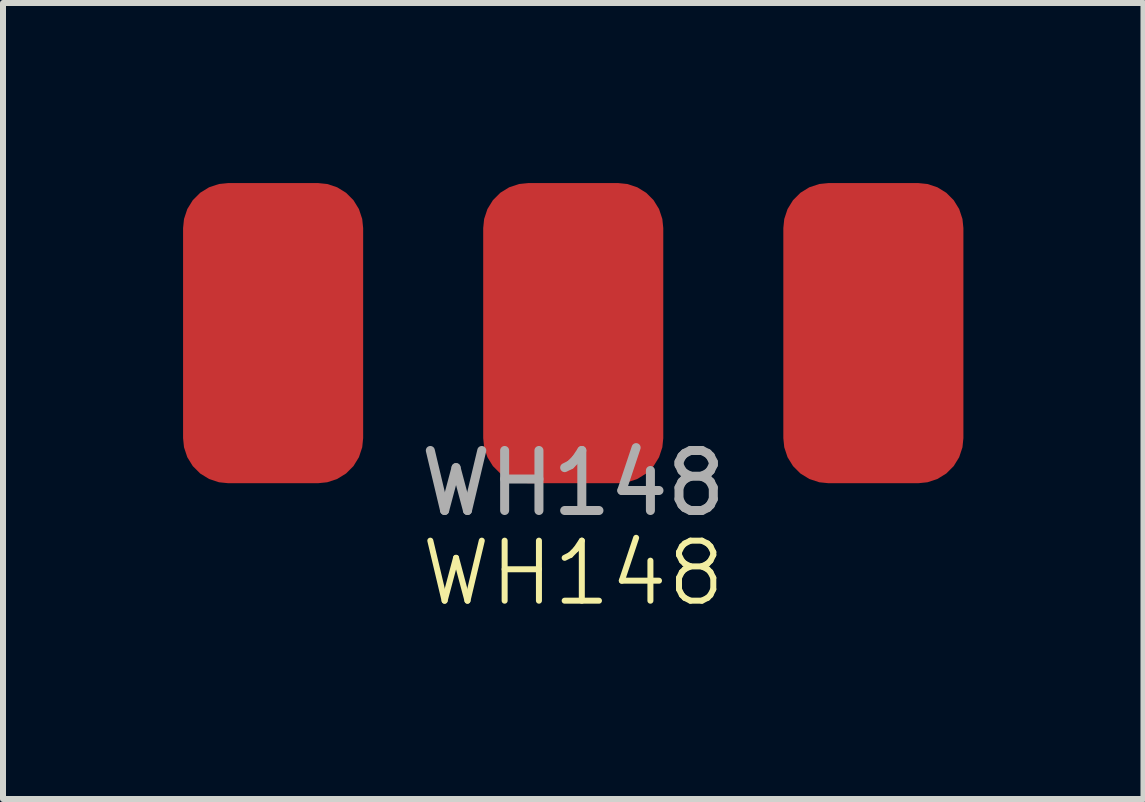
<source format=kicad_pcb>
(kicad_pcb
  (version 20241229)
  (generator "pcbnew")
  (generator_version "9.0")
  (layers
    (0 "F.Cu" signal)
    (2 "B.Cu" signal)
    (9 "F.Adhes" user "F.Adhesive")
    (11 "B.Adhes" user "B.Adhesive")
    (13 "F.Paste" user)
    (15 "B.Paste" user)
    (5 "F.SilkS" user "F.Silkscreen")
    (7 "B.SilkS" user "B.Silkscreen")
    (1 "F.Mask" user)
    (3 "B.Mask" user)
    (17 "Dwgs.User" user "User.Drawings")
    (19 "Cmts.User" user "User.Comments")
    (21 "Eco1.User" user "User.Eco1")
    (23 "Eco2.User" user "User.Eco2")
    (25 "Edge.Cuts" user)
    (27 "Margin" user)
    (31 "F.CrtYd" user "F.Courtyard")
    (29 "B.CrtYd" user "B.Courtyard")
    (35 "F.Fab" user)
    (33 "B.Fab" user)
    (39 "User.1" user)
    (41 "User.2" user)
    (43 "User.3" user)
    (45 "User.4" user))
  (footprint "WH148"
    (layer "F.Cu")
    (at 6.5 2.5)
    (property "Reference" "WH148" (at 0 4 0) (unlocked yes) (layer "F.SilkS") (effects (font (size 1 1) (thickness 0.1))))
    (attr smd)
    (fp_text user "${REFERENCE}" (at 0 2.5 0) (unlocked yes) (layer "F.Fab") (effects (font (size 1 1) (thickness 0.15))))
    (pad "1" smd roundrect (at 5 0) (size 3 5) (layers "F.Cu" "F.Mask" "F.Paste") (roundrect_rratio 0.25))
    (pad "2" smd roundrect (at 0 0) (size 3 5) (layers "F.Cu" "F.Mask" "F.Paste") (roundrect_rratio 0.25))
    (pad "3" smd roundrect (at -5 0) (size 3 5) (layers "F.Cu" "F.Mask" "F.Paste") (roundrect_rratio 0.25)))
  (gr_rect
    (start -3 -3)
    (end 16 10.261)
    (stroke (width 0.1) (type default))
    (fill no)
    (layer "Edge.Cuts")))
</source>
